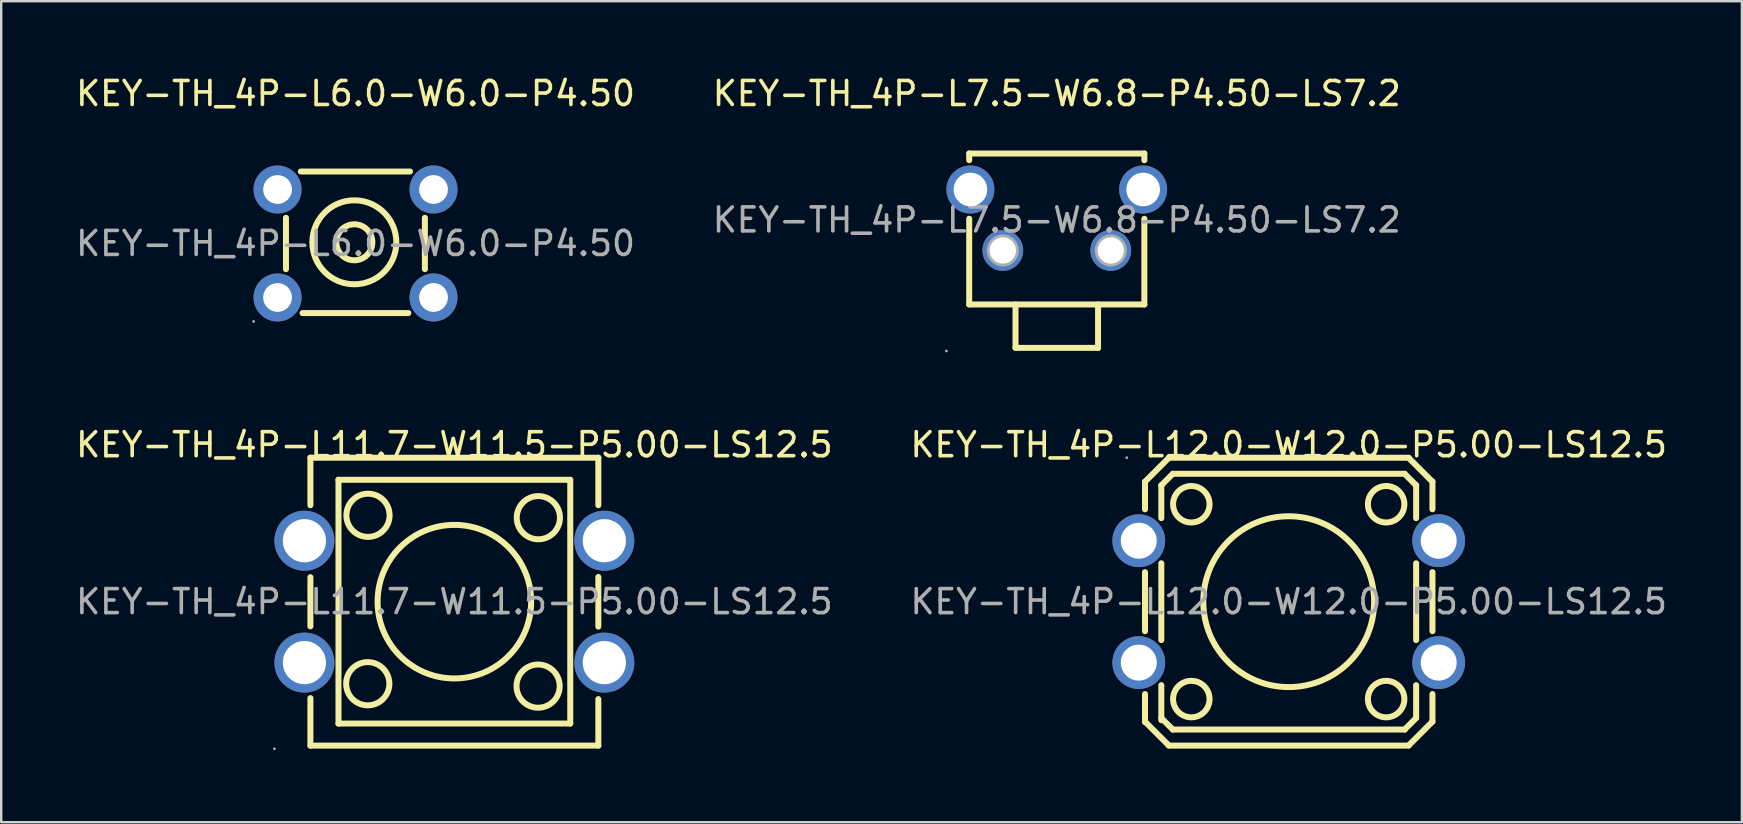
<source format=kicad_pcb>
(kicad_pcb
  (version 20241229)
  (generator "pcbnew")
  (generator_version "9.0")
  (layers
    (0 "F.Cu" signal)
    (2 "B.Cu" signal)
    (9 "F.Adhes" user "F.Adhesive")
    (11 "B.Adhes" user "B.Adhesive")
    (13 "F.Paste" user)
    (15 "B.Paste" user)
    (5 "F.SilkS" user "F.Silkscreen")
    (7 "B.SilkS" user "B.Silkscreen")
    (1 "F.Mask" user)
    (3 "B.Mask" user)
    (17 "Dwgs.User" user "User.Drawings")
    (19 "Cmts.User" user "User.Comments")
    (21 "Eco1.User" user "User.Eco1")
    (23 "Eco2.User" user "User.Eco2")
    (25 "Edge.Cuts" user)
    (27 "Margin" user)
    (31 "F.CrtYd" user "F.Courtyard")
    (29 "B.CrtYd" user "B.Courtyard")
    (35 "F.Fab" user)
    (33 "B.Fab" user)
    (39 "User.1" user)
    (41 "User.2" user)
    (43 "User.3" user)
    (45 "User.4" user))
  (footprint "KEY-TH_4P-L6.0-W6.0-P4.50"
    (layer "F.Cu")
    (at 11.768 7.098)
    (property "Reference" "KEY-TH_4P-L6.0-W6.0-P4.50" (at 0 -6.25 0) (layer "F.SilkS") (effects (font (size 1 1) (thickness 0.15))))
    (attr through_hole)
    (fp_line (start -2.9 1.07) (end -2.9 -1.07) (stroke (width 0.25) (type solid)) (layer "F.SilkS"))
    (fp_line (start -2.28 -3) (end 2.27 -3) (stroke (width 0.25) (type solid)) (layer "F.SilkS"))
    (fp_line (start 2.2 2.9) (end -2.21 2.9) (stroke (width 0.25) (type solid)) (layer "F.SilkS"))
    (fp_line (start 2.89 -1.07) (end 2.89 1.07) (stroke (width 0.25) (type solid)) (layer "F.SilkS"))
    (fp_circle (center -0.05 -0.05) (end 0.7 -0.05) (stroke (width 0.25) (type solid)) (fill no) (layer "F.SilkS"))
    (fp_circle (center -0.05 -0.05) (end 1.7 -0.05) (stroke (width 0.25) (type solid)) (fill no) (layer "F.SilkS"))
    (fp_circle (center -4.25 3.25) (end -4.22 3.25) (stroke (width 0.06) (type solid)) (fill no) (layer "F.Fab"))
    (fp_circle (center -3.25 -2.25) (end -3 -2.25) (stroke (width 0.5) (type solid)) (fill no) (layer "F.Fab"))
    (fp_circle (center -3.25 2.25) (end -3 2.25) (stroke (width 0.5) (type solid)) (fill no) (layer "F.Fab"))
    (fp_circle (center 3.25 -2.25) (end 3.5 -2.25) (stroke (width 0.5) (type solid)) (fill no) (layer "F.Fab"))
    (fp_circle (center 3.25 2.25) (end 3.5 2.25) (stroke (width 0.5) (type solid)) (fill no) (layer "F.Fab"))
    (fp_text user "${REFERENCE}" (at 0 0 0) (layer "F.Fab") (effects (font (size 1 1) (thickness 0.15))))
    (pad "1" thru_hole circle (at -3.25 2.25) (size 2 2) (drill 1.2) (layers "*.Cu" "*.Paste" "*.Mask"))
    (pad "2" thru_hole circle (at 3.25 2.25) (size 2 2) (drill 1.2) (layers "*.Cu" "*.Paste" "*.Mask"))
    (pad "3" thru_hole circle (at 3.25 -2.25) (size 2 2) (drill 1.2) (layers "*.Cu" "*.Paste" "*.Mask"))
    (pad "4" thru_hole circle (at -3.25 -2.25) (size 2 2) (drill 1.2) (layers "*.Cu" "*.Paste" "*.Mask")))
  (footprint "KEY-TH_4P-L12.0-W12.0-P5.00-LS12.5"
    (layer "F.Cu")
    (at 50.661 22.026)
    (property "Reference" "KEY-TH_4P-L12.0-W12.0-P5.00-LS12.5" (at 0 -6.54 0) (layer "F.SilkS") (effects (font (size 1 1) (thickness 0.15))))
    (attr through_hole)
    (fp_line (start -5.99 -5) (end -5.99 -3.85) (stroke (width 0.25) (type solid)) (layer "F.SilkS"))
    (fp_line (start -5.99 -1.23) (end -5.99 1.23) (stroke (width 0.25) (type solid)) (layer "F.SilkS"))
    (fp_line (start -5.99 3.85) (end -5.99 5.02) (stroke (width 0.25) (type solid)) (layer "F.SilkS"))
    (fp_line (start -5.99 5) (end -5 5.99) (stroke (width 0.25) (type solid)) (layer "F.SilkS"))
    (fp_line (start -5.31 -4.85) (end -5.31 -3.48) (stroke (width 0.25) (type solid)) (layer "F.SilkS"))
    (fp_line (start -5.31 -4.85) (end -4.83 -5.33) (stroke (width 0.25) (type solid)) (layer "F.SilkS"))
    (fp_line (start -5.31 -1.6) (end -5.31 1.6) (stroke (width 0.25) (type solid)) (layer "F.SilkS"))
    (fp_line (start -5.31 3.48) (end -5.31 4.94) (stroke (width 0.25) (type solid)) (layer "F.SilkS"))
    (fp_line (start -5 -6) (end 5 -6) (stroke (width 0.25) (type solid)) (layer "F.SilkS"))
    (fp_line (start -5 -5.99) (end -5.99 -5) (stroke (width 0.25) (type solid)) (layer "F.SilkS"))
    (fp_line (start -4.83 -5.33) (end 4.83 -5.33) (stroke (width 0.25) (type solid)) (layer "F.SilkS"))
    (fp_line (start -4.83 5.33) (end -5.31 4.85) (stroke (width 0.25) (type solid)) (layer "F.SilkS"))
    (fp_line (start 4.83 -5.33) (end 5.31 -4.85) (stroke (width 0.25) (type solid)) (layer "F.SilkS"))
    (fp_line (start 4.83 5.33) (end -4.83 5.33) (stroke (width 0.25) (type solid)) (layer "F.SilkS"))
    (fp_line (start 5 -5.99) (end 5.99 -5) (stroke (width 0.25) (type solid)) (layer "F.SilkS"))
    (fp_line (start 5 6) (end -5 6) (stroke (width 0.25) (type solid)) (layer "F.SilkS"))
    (fp_line (start 5.31 -4.85) (end 5.31 -3.48) (stroke (width 0.25) (type solid)) (layer "F.SilkS"))
    (fp_line (start 5.31 -1.6) (end 5.31 1.6) (stroke (width 0.25) (type solid)) (layer "F.SilkS"))
    (fp_line (start 5.31 3.48) (end 5.31 4.85) (stroke (width 0.25) (type solid)) (layer "F.SilkS"))
    (fp_line (start 5.31 4.85) (end 4.83 5.33) (stroke (width 0.25) (type solid)) (layer "F.SilkS"))
    (fp_line (start 5.99 -5) (end 5.99 -3.85) (stroke (width 0.25) (type solid)) (layer "F.SilkS"))
    (fp_line (start 5.99 -1.23) (end 5.99 1.23) (stroke (width 0.25) (type solid)) (layer "F.SilkS"))
    (fp_line (start 5.99 3.85) (end 5.99 5) (stroke (width 0.25) (type solid)) (layer "F.SilkS"))
    (fp_line (start 5.99 5) (end 5 5.99) (stroke (width 0.25) (type solid)) (layer "F.SilkS"))
    (fp_circle (center -4.06 -4.06) (end -3.3 -4.06) (stroke (width 0.25) (type solid)) (fill no) (layer "F.SilkS"))
    (fp_circle (center -4.06 4.06) (end -3.3 4.06) (stroke (width 0.25) (type solid)) (fill no) (layer "F.SilkS"))
    (fp_circle (center 0 0) (end 3.56 0) (stroke (width 0.25) (type solid)) (fill no) (layer "F.SilkS"))
    (fp_circle (center 4.06 -4.06) (end 4.82 -4.06) (stroke (width 0.25) (type solid)) (fill no) (layer "F.SilkS"))
    (fp_circle (center 4.06 4.06) (end 4.82 4.06) (stroke (width 0.25) (type solid)) (fill no) (layer "F.SilkS"))
    (fp_circle (center -6.75 -6) (end -6.72 -6) (stroke (width 0.06) (type solid)) (fill no) (layer "F.Fab"))
    (fp_text user "${REFERENCE}" (at 0 0 0) (layer "F.Fab") (effects (font (size 1 1) (thickness 0.15))))
    (pad "1" thru_hole circle (at -6.25 -2.54) (size 2.2 2.2) (drill 1.5) (layers "*.Cu" "*.Paste" "*.Mask"))
    (pad "2" thru_hole circle (at 6.25 -2.54) (size 2.2 2.2) (drill 1.5) (layers "*.Cu" "*.Paste" "*.Mask"))
    (pad "3" thru_hole circle (at -6.25 2.54) (size 2.2 2.2) (drill 1.5) (layers "*.Cu" "*.Paste" "*.Mask"))
    (pad "4" thru_hole circle (at 6.25 2.54) (size 2.2 2.2) (drill 1.5) (layers "*.Cu" "*.Paste" "*.Mask")))
  (footprint "KEY-TH_4P-L7.5-W6.8-P4.50-LS7.2"
    (layer "F.Cu")
    (at 40.994 6.118)
    (property "Reference" "KEY-TH_4P-L7.5-W6.8-P4.50-LS7.2" (at 0 -5.27 0) (layer "F.SilkS") (effects (font (size 1 1) (thickness 0.15))))
    (attr through_hole)
    (fp_line (start -3.65 -2.77) (end -3.65 -2.49) (stroke (width 0.25) (type solid)) (layer "F.SilkS"))
    (fp_line (start -3.65 -0.05) (end -3.65 3.52) (stroke (width 0.25) (type solid)) (layer "F.SilkS"))
    (fp_line (start -3.65 3.52) (end 3.65 3.52) (stroke (width 0.25) (type solid)) (layer "F.SilkS"))
    (fp_line (start -1.72 5.33) (end -1.72 3.52) (stroke (width 0.25) (type solid)) (layer "F.SilkS"))
    (fp_line (start -1.72 5.33) (end 1.72 5.33) (stroke (width 0.25) (type solid)) (layer "F.SilkS"))
    (fp_line (start 1.72 5.33) (end 1.72 3.52) (stroke (width 0.25) (type solid)) (layer "F.SilkS"))
    (fp_line (start 3.65 -2.77) (end -3.65 -2.77) (stroke (width 0.25) (type solid)) (layer "F.SilkS"))
    (fp_line (start 3.65 -2.77) (end 3.65 -2.49) (stroke (width 0.25) (type solid)) (layer "F.SilkS"))
    (fp_line (start 3.65 -0.05) (end 3.65 3.52) (stroke (width 0.25) (type solid)) (layer "F.SilkS"))
    (fp_circle (center -4.6 5.46) (end -4.57 5.46) (stroke (width 0.06) (type solid)) (fill no) (layer "F.Fab"))
    (fp_circle (center -3.6 -1.27) (end -3.3 -1.27) (stroke (width 0.6) (type solid)) (fill no) (layer "F.Fab"))
    (fp_circle (center -2.25 1.27) (end -2.03 1.27) (stroke (width 0.45) (type solid)) (fill no) (layer "F.Fab"))
    (fp_circle (center 2.25 1.27) (end 2.47 1.27) (stroke (width 0.45) (type solid)) (fill no) (layer "F.Fab"))
    (fp_circle (center 3.6 -1.27) (end 3.9 -1.27) (stroke (width 0.6) (type solid)) (fill no) (layer "F.Fab"))
    (fp_text user "${REFERENCE}" (at 0 0 0) (layer "F.Fab") (effects (font (size 1 1) (thickness 0.15))))
    (pad "1" thru_hole circle (at -2.25 1.27) (size 1.7 1.7) (drill 1.1) (layers "*.Cu" "*.Paste" "*.Mask"))
    (pad "2" thru_hole circle (at 2.25 1.27) (size 1.7 1.7) (drill 1.1) (layers "*.Cu" "*.Paste" "*.Mask"))
    (pad "3" thru_hole circle (at 3.6 -1.27) (size 2 2) (drill 1.4) (layers "*.Cu" "*.Paste" "*.Mask"))
    (pad "4" thru_hole circle (at -3.6 -1.27) (size 2 2) (drill 1.4) (layers "*.Cu" "*.Paste" "*.Mask")))
  (footprint "KEY-TH_4P-L11.7-W11.5-P5.00-LS12.5"
    (layer "F.Cu")
    (at 15.887 22.026)
    (property "Reference" "KEY-TH_4P-L11.7-W11.5-P5.00-LS12.5" (at 0 -6.54 0) (layer "F.SilkS") (effects (font (size 1 1) (thickness 0.15))))
    (attr through_hole)
    (fp_line (start -6 -6) (end 6 -6) (stroke (width 0.25) (type solid)) (layer "F.SilkS"))
    (fp_line (start -6 -4.02) (end -6 -6) (stroke (width 0.25) (type solid)) (layer "F.SilkS"))
    (fp_line (start -6 1.03) (end -6 -1.02) (stroke (width 0.25) (type solid)) (layer "F.SilkS"))
    (fp_line (start -6 6) (end -6 4.02) (stroke (width 0.25) (type solid)) (layer "F.SilkS"))
    (fp_line (start -4.83 -5.08) (end 4.83 -5.08) (stroke (width 0.25) (type solid)) (layer "F.SilkS"))
    (fp_line (start -4.83 5.08) (end -4.83 -5.08) (stroke (width 0.25) (type solid)) (layer "F.SilkS"))
    (fp_line (start 4.83 -5.08) (end 4.83 5.08) (stroke (width 0.25) (type solid)) (layer "F.SilkS"))
    (fp_line (start 4.83 5.08) (end -4.83 5.08) (stroke (width 0.25) (type solid)) (layer "F.SilkS"))
    (fp_line (start 6 -6) (end 6 -4.02) (stroke (width 0.25) (type solid)) (layer "F.SilkS"))
    (fp_line (start 6 -1.03) (end 6 1.04) (stroke (width 0.25) (type solid)) (layer "F.SilkS"))
    (fp_line (start 6 4.06) (end 6 6) (stroke (width 0.25) (type solid)) (layer "F.SilkS"))
    (fp_line (start 6 6) (end -6 6) (stroke (width 0.25) (type solid)) (layer "F.SilkS"))
    (fp_circle (center -3.61 3.42) (end -2.71 3.42) (stroke (width 0.25) (type solid)) (fill no) (layer "F.SilkS"))
    (fp_circle (center -3.6 -3.6) (end -2.7 -3.6) (stroke (width 0.25) (type solid)) (fill no) (layer "F.SilkS"))
    (fp_circle (center 0 0) (end 3.2 0) (stroke (width 0.25) (type solid)) (fill no) (layer "F.SilkS"))
    (fp_circle (center 3.49 3.52) (end 4.39 3.52) (stroke (width 0.25) (type solid)) (fill no) (layer "F.SilkS"))
    (fp_circle (center 3.5 -3.5) (end 4.4 -3.5) (stroke (width 0.25) (type solid)) (fill no) (layer "F.SilkS"))
    (fp_circle (center -7.5 6.13) (end -7.47 6.13) (stroke (width 0.06) (type solid)) (fill no) (layer "F.Fab"))
    (fp_circle (center -6.25 -2.54) (end -5.85 -2.54) (stroke (width 0.8) (type solid)) (fill no) (layer "F.Fab"))
    (fp_circle (center -6.25 2.54) (end -5.85 2.54) (stroke (width 0.8) (type solid)) (fill no) (layer "F.Fab"))
    (fp_circle (center 6.25 -2.54) (end 6.65 -2.54) (stroke (width 0.8) (type solid)) (fill no) (layer "F.Fab"))
    (fp_circle (center 6.25 2.54) (end 6.65 2.54) (stroke (width 0.8) (type solid)) (fill no) (layer "F.Fab"))
    (fp_text user "${REFERENCE}" (at 0 0 0) (layer "F.Fab") (effects (font (size 1 1) (thickness 0.15))))
    (pad "1" thru_hole circle (at -6.25 2.54) (size 2.5 2.5) (drill 1.8) (layers "*.Cu" "*.Paste" "*.Mask"))
    (pad "2" thru_hole circle (at 6.25 2.54) (size 2.5 2.5) (drill 1.8) (layers "*.Cu" "*.Paste" "*.Mask"))
    (pad "3" thru_hole circle (at 6.25 -2.54) (size 2.5 2.5) (drill 1.8) (layers "*.Cu" "*.Paste" "*.Mask"))
    (pad "4" thru_hole circle (at -6.25 -2.54) (size 2.5 2.5) (drill 1.8) (layers "*.Cu" "*.Paste" "*.Mask")))
  (gr_rect
    (start -3 -3)
    (end 69.548 31.216)
    (stroke (width 0.1) (type default))
    (fill no)
    (layer "Edge.Cuts")))
</source>
